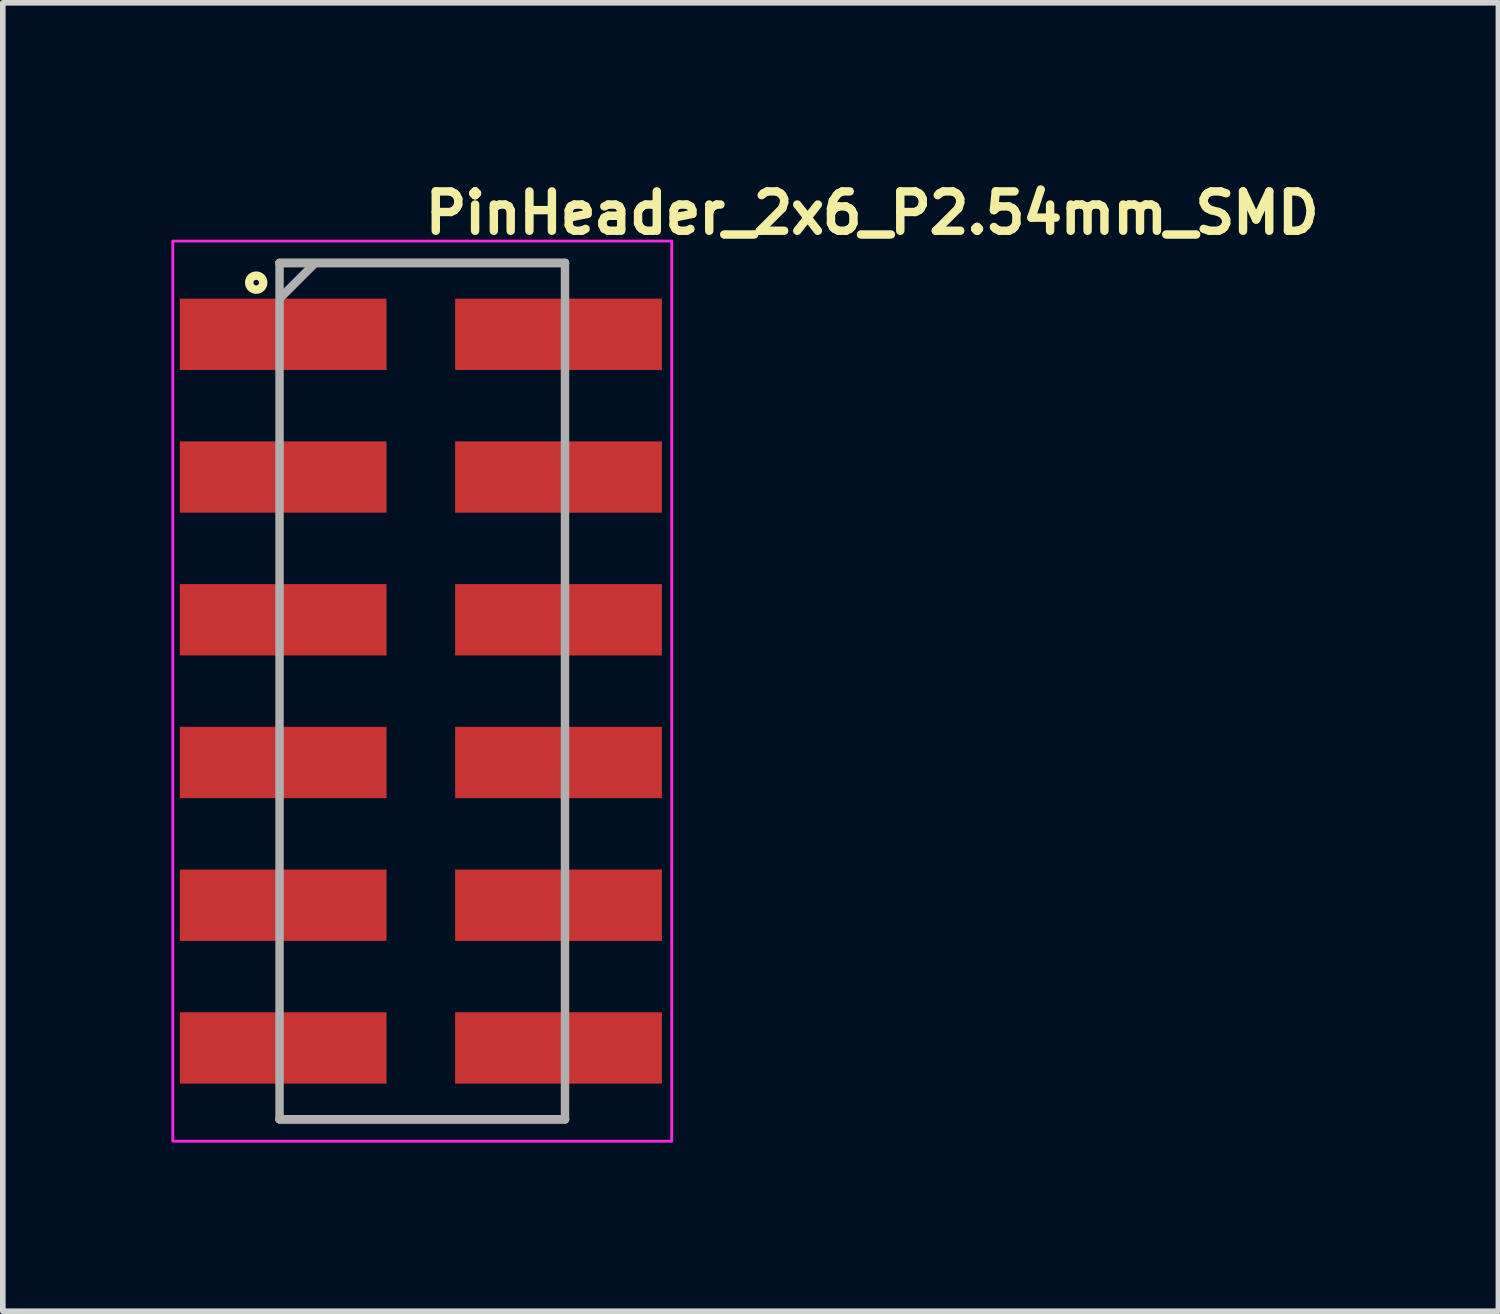
<source format=kicad_pcb>
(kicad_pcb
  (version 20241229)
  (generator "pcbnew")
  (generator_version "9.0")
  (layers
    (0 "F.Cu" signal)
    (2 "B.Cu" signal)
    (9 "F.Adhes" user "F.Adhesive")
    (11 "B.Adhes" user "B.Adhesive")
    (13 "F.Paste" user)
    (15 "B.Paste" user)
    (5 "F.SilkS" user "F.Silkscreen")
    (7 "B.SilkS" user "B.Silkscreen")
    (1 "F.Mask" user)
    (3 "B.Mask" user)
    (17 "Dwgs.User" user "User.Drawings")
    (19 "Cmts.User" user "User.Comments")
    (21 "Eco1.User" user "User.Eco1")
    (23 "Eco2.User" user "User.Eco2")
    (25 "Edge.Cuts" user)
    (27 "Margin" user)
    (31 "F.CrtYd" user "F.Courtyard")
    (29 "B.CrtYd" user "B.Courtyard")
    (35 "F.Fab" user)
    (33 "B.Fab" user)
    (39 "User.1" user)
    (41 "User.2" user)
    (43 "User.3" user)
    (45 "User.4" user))
  (footprint "PinHeader_2x6_P2.54mm_SMD"
    (layer "F.Cu")
    (at 4.44 9.25)
    (property "Reference" "PinHeader_2x6_P2.54mm_SMD" (at 0 -8.1 0) (layer "F.SilkS") (effects (font (size 0.7 0.7) (thickness 0.15)) (justify left bottom)))
    (attr smd)
    (fp_line (start -2.515 -7.62) (end 2.565 -7.62) (stroke (width 0.15) (type solid)) (layer "F.SilkS"))
    (fp_line (start 2.565 7.62) (end -2.515 7.62) (stroke (width 0.15) (type solid)) (layer "F.SilkS"))
    (fp_circle (center -2.93 -7.27) (end -2.88 -7.27) (stroke (width 0.15) (type solid)) (fill no) (layer "F.SilkS"))
    (fp_rect (start -4.415 8.01) (end 4.465 -8.01) (stroke (width 0.05) (type solid)) (fill no) (layer "F.CrtYd"))
    (fp_line (start -2.515 -7.62) (end 2.565 -7.62) (stroke (width 0.15) (type solid)) (layer "F.Fab"))
    (fp_line (start -2.515 7.62) (end -2.515 -7.62) (stroke (width 0.15) (type solid)) (layer "F.Fab"))
    (fp_line (start -2.5 -7) (end -1.9 -7.6) (stroke (width 0.15) (type solid)) (layer "F.Fab"))
    (fp_line (start 2.565 -7.62) (end 2.565 7.62) (stroke (width 0.15) (type solid)) (layer "F.Fab"))
    (fp_line (start 2.565 7.62) (end -2.515 7.62) (stroke (width 0.15) (type solid)) (layer "F.Fab"))
    (fp_rect (start -3.85 7.62) (end 3.85 -7.62) (stroke (width 0.1) (type solid)) (fill no) (layer "User.5"))
    (fp_line (start -3.853 -6.667) (end -3.853 -6.032) (stroke (width 0.02) (type solid)) (layer "User.9"))
    (fp_line (start -3.853 -6.667) (end -2.545 -6.667) (stroke (width 0.02) (type solid)) (layer "User.9"))
    (fp_line (start -3.853 -4.127) (end -3.853 -3.492) (stroke (width 0.02) (type solid)) (layer "User.9"))
    (fp_line (start -3.853 -4.127) (end -3.179 -4.127) (stroke (width 0.02) (type solid)) (layer "User.9"))
    (fp_line (start -3.853 -1.587) (end -3.853 -0.952) (stroke (width 0.02) (type solid)) (layer "User.9"))
    (fp_line (start -3.853 -1.587) (end -3.179 -1.587) (stroke (width 0.02) (type solid)) (layer "User.9"))
    (fp_line (start -3.853 0.952) (end -3.853 1.587) (stroke (width 0.02) (type solid)) (layer "User.9"))
    (fp_line (start -3.853 0.952) (end -3.179 0.952) (stroke (width 0.02) (type solid)) (layer "User.9"))
    (fp_line (start -3.853 3.492) (end -3.853 4.127) (stroke (width 0.02) (type solid)) (layer "User.9"))
    (fp_line (start -3.853 3.492) (end -3.179 3.492) (stroke (width 0.02) (type solid)) (layer "User.9"))
    (fp_line (start -3.853 6.032) (end -3.853 6.667) (stroke (width 0.02) (type solid)) (layer "User.9"))
    (fp_line (start -3.853 6.032) (end -2.545 6.032) (stroke (width 0.02) (type solid)) (layer "User.9"))
    (fp_line (start -3.853 6.667) (end -2.545 6.667) (stroke (width 0.02) (type solid)) (layer "User.9"))
    (fp_line (start -3.179 -4.953) (end -3.179 4.953) (stroke (width 0.02) (type solid)) (layer "User.9"))
    (fp_line (start -3.179 -4.953) (end 3.169 -4.953) (stroke (width 0.02) (type solid)) (layer "User.9"))
    (fp_line (start -3.179 -3.492) (end -3.853 -3.492) (stroke (width 0.02) (type solid)) (layer "User.9"))
    (fp_line (start -3.179 -0.952) (end -3.853 -0.952) (stroke (width 0.02) (type solid)) (layer "User.9"))
    (fp_line (start -3.179 1.587) (end -3.853 1.587) (stroke (width 0.02) (type solid)) (layer "User.9"))
    (fp_line (start -3.179 4.127) (end -3.853 4.127) (stroke (width 0.02) (type solid)) (layer "User.9"))
    (fp_line (start -3.179 4.953) (end 3.169 4.953) (stroke (width 0.02) (type solid)) (layer "User.9"))
    (fp_line (start -2.545 -7.048) (end -2.545 -5.651) (stroke (width 0.02) (type solid)) (layer "User.9"))
    (fp_line (start -2.545 -6.032) (end -3.853 -6.032) (stroke (width 0.02) (type solid)) (layer "User.9"))
    (fp_line (start -2.545 -5.651) (end -1.656 -5.27) (stroke (width 0.02) (type solid)) (layer "User.9"))
    (fp_line (start -2.545 5.651) (end -2.545 7.048) (stroke (width 0.02) (type solid)) (layer "User.9"))
    (fp_line (start -2.545 7.048) (end -1.656 7.429) (stroke (width 0.02) (type solid)) (layer "User.9"))
    (fp_line (start -1.656 -7.429) (end -2.545 -7.048) (stroke (width 0.02) (type solid)) (layer "User.9"))
    (fp_line (start -1.656 -5.27) (end -0.151 -5.27) (stroke (width 0.02) (type solid)) (layer "User.9"))
    (fp_line (start -1.656 5.27) (end -2.545 5.651) (stroke (width 0.02) (type solid)) (layer "User.9"))
    (fp_line (start -1.656 7.429) (end -0.151 7.429) (stroke (width 0.02) (type solid)) (layer "User.9"))
    (fp_line (start -1.592 -6.667) (end -1.592 -6.032) (stroke (width 0.02) (type solid)) (layer "User.9"))
    (fp_line (start -1.592 -6.667) (end -0.957 -6.667) (stroke (width 0.02) (type solid)) (layer "User.9"))
    (fp_line (start -1.592 6.032) (end -1.592 6.667) (stroke (width 0.02) (type solid)) (layer "User.9"))
    (fp_line (start -1.592 6.032) (end -0.957 6.032) (stroke (width 0.02) (type solid)) (layer "User.9"))
    (fp_line (start -1.592 6.667) (end -0.957 6.667) (stroke (width 0.02) (type solid)) (layer "User.9"))
    (fp_line (start -0.957 -6.667) (end -0.957 -6.032) (stroke (width 0.02) (type solid)) (layer "User.9"))
    (fp_line (start -0.957 -6.032) (end -1.592 -6.032) (stroke (width 0.02) (type solid)) (layer "User.9"))
    (fp_line (start -0.957 6.032) (end -0.957 6.667) (stroke (width 0.02) (type solid)) (layer "User.9"))
    (fp_line (start -0.767 -7.62) (end -0.767 -7.429) (stroke (width 0.02) (type solid)) (layer "User.9"))
    (fp_line (start -0.767 -7.62) (end 0.757 -7.62) (stroke (width 0.02) (type solid)) (layer "User.9"))
    (fp_line (start -0.767 -5.27) (end -0.767 -4.953) (stroke (width 0.02) (type solid)) (layer "User.9"))
    (fp_line (start -0.767 4.953) (end -0.767 5.27) (stroke (width 0.02) (type solid)) (layer "User.9"))
    (fp_line (start -0.767 7.429) (end -0.767 7.62) (stroke (width 0.02) (type solid)) (layer "User.9"))
    (fp_line (start -0.767 7.62) (end 0.757 7.62) (stroke (width 0.02) (type solid)) (layer "User.9"))
    (fp_line (start -0.151 -7.429) (end -1.656 -7.429) (stroke (width 0.02) (type solid)) (layer "User.9"))
    (fp_line (start -0.151 -6.985) (end -0.151 -7.429) (stroke (width 0.02) (type solid)) (layer "User.9"))
    (fp_line (start -0.151 -5.715) (end 0.141 -5.715) (stroke (width 0.02) (type solid)) (layer "User.9"))
    (fp_line (start -0.151 -5.27) (end -0.151 -5.715) (stroke (width 0.02) (type solid)) (layer "User.9"))
    (fp_line (start -0.151 5.27) (end -1.656 5.27) (stroke (width 0.02) (type solid)) (layer "User.9"))
    (fp_line (start -0.151 5.715) (end -0.151 5.27) (stroke (width 0.02) (type solid)) (layer "User.9"))
    (fp_line (start -0.151 6.985) (end 0.141 6.985) (stroke (width 0.02) (type solid)) (layer "User.9"))
    (fp_line (start -0.151 7.429) (end -0.151 6.985) (stroke (width 0.02) (type solid)) (layer "User.9"))
    (fp_line (start 0.141 -7.429) (end 0.141 -6.985) (stroke (width 0.02) (type solid)) (layer "User.9"))
    (fp_line (start 0.141 -6.985) (end -0.151 -6.985) (stroke (width 0.02) (type solid)) (layer "User.9"))
    (fp_line (start 0.141 -5.715) (end 0.141 -5.27) (stroke (width 0.02) (type solid)) (layer "User.9"))
    (fp_line (start 0.141 -5.27) (end 1.646 -5.27) (stroke (width 0.02) (type solid)) (layer "User.9"))
    (fp_line (start 0.141 5.27) (end 0.141 5.715) (stroke (width 0.02) (type solid)) (layer "User.9"))
    (fp_line (start 0.141 5.715) (end -0.151 5.715) (stroke (width 0.02) (type solid)) (layer "User.9"))
    (fp_line (start 0.141 6.985) (end 0.141 7.429) (stroke (width 0.02) (type solid)) (layer "User.9"))
    (fp_line (start 0.141 7.429) (end 1.646 7.429) (stroke (width 0.02) (type solid)) (layer "User.9"))
    (fp_line (start 0.757 -7.62) (end 0.757 -7.429) (stroke (width 0.02) (type solid)) (layer "User.9"))
    (fp_line (start 0.757 -5.27) (end 0.757 -4.953) (stroke (width 0.02) (type solid)) (layer "User.9"))
    (fp_line (start 0.757 4.953) (end 0.757 5.27) (stroke (width 0.02) (type solid)) (layer "User.9"))
    (fp_line (start 0.757 7.429) (end 0.757 7.62) (stroke (width 0.02) (type solid)) (layer "User.9"))
    (fp_line (start 0.947 -6.667) (end 0.947 -6.032) (stroke (width 0.02) (type solid)) (layer "User.9"))
    (fp_line (start 0.947 -6.667) (end 1.582 -6.667) (stroke (width 0.02) (type solid)) (layer "User.9"))
    (fp_line (start 0.947 6.032) (end 0.947 6.667) (stroke (width 0.02) (type solid)) (layer "User.9"))
    (fp_line (start 0.947 6.032) (end 1.582 6.032) (stroke (width 0.02) (type solid)) (layer "User.9"))
    (fp_line (start 0.947 6.667) (end 1.582 6.667) (stroke (width 0.02) (type solid)) (layer "User.9"))
    (fp_line (start 1.582 -6.667) (end 1.582 -6.032) (stroke (width 0.02) (type solid)) (layer "User.9"))
    (fp_line (start 1.582 -6.032) (end 0.947 -6.032) (stroke (width 0.02) (type solid)) (layer "User.9"))
    (fp_line (start 1.582 6.032) (end 1.582 6.667) (stroke (width 0.02) (type solid)) (layer "User.9"))
    (fp_line (start 1.646 -7.429) (end 0.141 -7.429) (stroke (width 0.02) (type solid)) (layer "User.9"))
    (fp_line (start 1.646 -5.27) (end 2.535 -5.651) (stroke (width 0.02) (type solid)) (layer "User.9"))
    (fp_line (start 1.646 5.27) (end 0.141 5.27) (stroke (width 0.02) (type solid)) (layer "User.9"))
    (fp_line (start 1.646 7.429) (end 2.535 7.048) (stroke (width 0.02) (type solid)) (layer "User.9"))
    (fp_line (start 2.535 -7.048) (end 1.646 -7.429) (stroke (width 0.02) (type solid)) (layer "User.9"))
    (fp_line (start 2.535 -6.667) (end 3.843 -6.667) (stroke (width 0.02) (type solid)) (layer "User.9"))
    (fp_line (start 2.535 -5.651) (end 2.535 -7.048) (stroke (width 0.02) (type solid)) (layer "User.9"))
    (fp_line (start 2.535 5.651) (end 1.646 5.27) (stroke (width 0.02) (type solid)) (layer "User.9"))
    (fp_line (start 2.535 6.032) (end 3.843 6.032) (stroke (width 0.02) (type solid)) (layer "User.9"))
    (fp_line (start 2.535 6.667) (end 3.843 6.667) (stroke (width 0.02) (type solid)) (layer "User.9"))
    (fp_line (start 2.535 7.048) (end 2.535 5.651) (stroke (width 0.02) (type solid)) (layer "User.9"))
    (fp_line (start 3.169 -4.953) (end 3.169 4.953) (stroke (width 0.02) (type solid)) (layer "User.9"))
    (fp_line (start 3.169 -4.127) (end 3.843 -4.127) (stroke (width 0.02) (type solid)) (layer "User.9"))
    (fp_line (start 3.169 -1.587) (end 3.843 -1.587) (stroke (width 0.02) (type solid)) (layer "User.9"))
    (fp_line (start 3.169 0.952) (end 3.843 0.952) (stroke (width 0.02) (type solid)) (layer "User.9"))
    (fp_line (start 3.169 3.492) (end 3.843 3.492) (stroke (width 0.02) (type solid)) (layer "User.9"))
    (fp_line (start 3.843 -6.667) (end 3.843 -6.032) (stroke (width 0.02) (type solid)) (layer "User.9"))
    (fp_line (start 3.843 -6.032) (end 2.535 -6.032) (stroke (width 0.02) (type solid)) (layer "User.9"))
    (fp_line (start 3.843 -4.127) (end 3.843 -3.492) (stroke (width 0.02) (type solid)) (layer "User.9"))
    (fp_line (start 3.843 -3.492) (end 3.169 -3.492) (stroke (width 0.02) (type solid)) (layer "User.9"))
    (fp_line (start 3.843 -1.587) (end 3.843 -0.952) (stroke (width 0.02) (type solid)) (layer "User.9"))
    (fp_line (start 3.843 -0.952) (end 3.169 -0.952) (stroke (width 0.02) (type solid)) (layer "User.9"))
    (fp_line (start 3.843 0.952) (end 3.843 1.587) (stroke (width 0.02) (type solid)) (layer "User.9"))
    (fp_line (start 3.843 1.587) (end 3.169 1.587) (stroke (width 0.02) (type solid)) (layer "User.9"))
    (fp_line (start 3.843 3.492) (end 3.843 4.127) (stroke (width 0.02) (type solid)) (layer "User.9"))
    (fp_line (start 3.843 4.127) (end 3.169 4.127) (stroke (width 0.02) (type solid)) (layer "User.9"))
    (fp_line (start 3.843 6.032) (end 3.843 6.667) (stroke (width 0.02) (type solid)) (layer "User.9"))
    (pad "1" smd rect (at -2.45 -6.35 90) (size 1.27 3.68) (layers "F.Cu" "F.Mask" "F.Paste"))
    (pad "2" smd rect (at 2.45 -6.35 90) (size 1.27 3.68) (layers "F.Cu" "F.Mask" "F.Paste"))
    (pad "3" smd rect (at -2.45 -3.81 90) (size 1.27 3.68) (layers "F.Cu" "F.Mask" "F.Paste"))
    (pad "4" smd rect (at 2.45 -3.81 90) (size 1.27 3.68) (layers "F.Cu" "F.Mask" "F.Paste"))
    (pad "5" smd rect (at -2.45 -1.27 90) (size 1.27 3.68) (layers "F.Cu" "F.Mask" "F.Paste"))
    (pad "5" smd rect (at 2.45 -1.27 90) (size 1.27 3.68) (layers "F.Cu" "F.Mask" "F.Paste"))
    (pad "7" smd rect (at -2.45 1.27 90) (size 1.27 3.68) (layers "F.Cu" "F.Mask" "F.Paste"))
    (pad "8" smd rect (at 2.45 1.27 90) (size 1.27 3.68) (layers "F.Cu" "F.Mask" "F.Paste"))
    (pad "9" smd rect (at -2.45 3.81 90) (size 1.27 3.68) (layers "F.Cu" "F.Mask" "F.Paste"))
    (pad "10" smd rect (at 2.45 3.81 90) (size 1.27 3.68) (layers "F.Cu" "F.Mask" "F.Paste"))
    (pad "11" smd rect (at -2.45 6.35 90) (size 1.27 3.68) (layers "F.Cu" "F.Mask" "F.Paste"))
    (pad "12" smd rect (at 2.45 6.35 90) (size 1.27 3.68) (layers "F.Cu" "F.Mask" "F.Paste")))
  (gr_rect
    (start -3 -3)
    (end 23.617 20.285)
    (stroke (width 0.1) (type default))
    (fill no)
    (layer "Edge.Cuts")))
</source>
